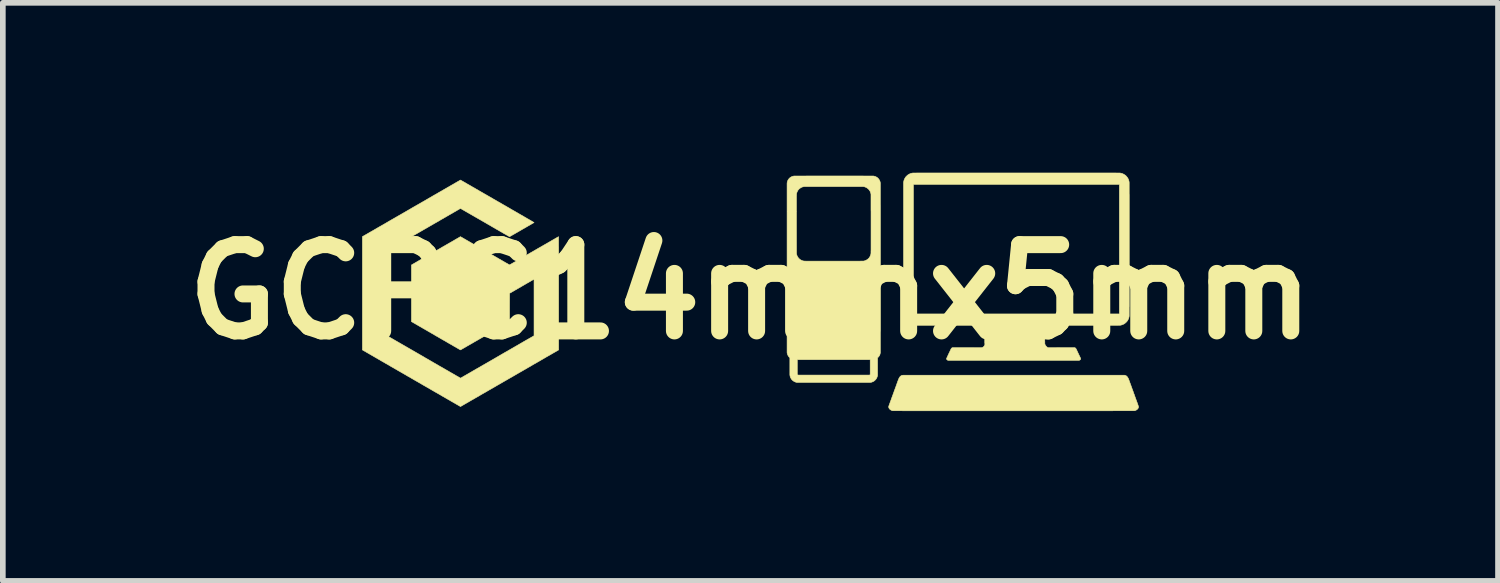
<source format=kicad_pcb>
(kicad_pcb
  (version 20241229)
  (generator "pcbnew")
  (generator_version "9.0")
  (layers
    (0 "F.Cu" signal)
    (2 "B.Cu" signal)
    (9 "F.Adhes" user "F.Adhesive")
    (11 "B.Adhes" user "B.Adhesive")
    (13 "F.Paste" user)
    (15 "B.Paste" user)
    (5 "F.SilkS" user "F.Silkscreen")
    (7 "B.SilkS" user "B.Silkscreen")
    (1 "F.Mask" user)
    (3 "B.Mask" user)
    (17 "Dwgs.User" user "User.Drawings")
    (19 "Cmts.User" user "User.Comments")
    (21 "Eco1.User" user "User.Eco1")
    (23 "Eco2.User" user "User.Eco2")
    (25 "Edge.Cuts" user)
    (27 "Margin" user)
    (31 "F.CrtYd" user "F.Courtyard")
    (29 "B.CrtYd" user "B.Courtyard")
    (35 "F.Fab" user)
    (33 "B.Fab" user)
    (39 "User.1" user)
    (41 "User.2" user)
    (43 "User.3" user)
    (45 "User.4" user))
  (footprint "GCPC14mmx5mm"
    (layer "F.Cu")
    (at 10.204 2.105)
    (property "Reference" "GCPC14mmx5mm" (at 0 0 0) (layer "F.SilkS") (effects (font (size 1.524 1.524) (thickness 0.3))))
    (attr through_hole)
    (fp_poly (pts (xy 3.963 1.472) (xy 4.019 1.472) (xy 4.077 1.472) (xy 4.135 1.472) (xy 4.196 1.472) (xy 4.257 1.472) (xy 4.32 1.472) (xy 4.384 1.472) (xy 4.449 1.472) (xy 4.515 1.472) (xy 4.583 1.472) (xy 4.652 1.472) (xy 4.653 1.472) (xy 6.609 1.472) (xy 6.614 1.474) (xy 6.622 1.476) (xy 6.629 1.479) (xy 6.636 1.482) (xy 6.642 1.487) (xy 6.648 1.492) (xy 6.651 1.495) (xy 6.657 1.502) (xy 6.662 1.51) (xy 6.668 1.519) (xy 6.673 1.529) (xy 6.679 1.541) (xy 6.68 1.546) (xy 6.681 1.547) (xy 6.682 1.55) (xy 6.684 1.554) (xy 6.685 1.559) (xy 6.688 1.565) (xy 6.69 1.572) (xy 6.693 1.579) (xy 6.696 1.588) (xy 6.699 1.597) (xy 6.703 1.607) (xy 6.707 1.618) (xy 6.711 1.629) (xy 6.715 1.64) (xy 6.72 1.653) (xy 6.724 1.665) (xy 6.729 1.679) (xy 6.734 1.692) (xy 6.739 1.706) (xy 6.744 1.72) (xy 6.749 1.734) (xy 6.755 1.749) (xy 6.76 1.763) (xy 6.765 1.778) (xy 6.77 1.793) (xy 6.776 1.807) (xy 6.781 1.822) (xy 6.786 1.836) (xy 6.791 1.85) (xy 6.796 1.864) (xy 6.801 1.878) (xy 6.806 1.892) (xy 6.811 1.905) (xy 6.815 1.917) (xy 6.82 1.929) (xy 6.824 1.941) (xy 6.828 1.952) (xy 6.832 1.962) (xy 6.835 1.972) (xy 6.839 1.981) (xy 6.841 1.989) (xy 6.844 1.997) (xy 6.846 2.003) (xy 6.848 2.009) (xy 6.85 2.014) (xy 6.851 2.017) (xy 6.852 2.02) (xy 6.853 2.021) (xy 6.853 2.022) (xy 6.853 2.026) (xy 6.854 2.031) (xy 6.853 2.036) (xy 6.853 2.04) (xy 6.853 2.041) (xy 6.85 2.048) (xy 6.847 2.055) (xy 6.843 2.062) (xy 6.837 2.068) (xy 6.831 2.075) (xy 6.824 2.08) (xy 6.816 2.086) (xy 6.81 2.089) (xy 6.805 2.091) (xy 6.799 2.094) (xy 6.792 2.096) (xy 6.786 2.098) (xy 6.784 2.098) (xy 6.784 2.098) (xy 6.783 2.099) (xy 6.783 2.099) (xy 6.783 2.099) (xy 6.782 2.099) (xy 6.782 2.099) (xy 6.781 2.099) (xy 6.78 2.099) (xy 6.779 2.099) (xy 6.778 2.099) (xy 6.776 2.099) (xy 6.775 2.099) (xy 6.773 2.099) (xy 6.771 2.099) (xy 6.769 2.099) (xy 6.766 2.099) (xy 6.764 2.099) (xy 6.761 2.099) (xy 6.758 2.099) (xy 6.754 2.099) (xy 6.75 2.099) (xy 6.746 2.099) (xy 6.742 2.099) (xy 6.737 2.099) (xy 6.732 2.099) (xy 6.726 2.099) (xy 6.72 2.099) (xy 6.714 2.099) (xy 6.707 2.099) (xy 6.7 2.099) (xy 6.693 2.099) (xy 6.685 2.099) (xy 6.676 2.099) (xy 6.667 2.099) (xy 6.658 2.099) (xy 6.648 2.099) (xy 6.638 2.099) (xy 6.627 2.099) (xy 6.615 2.099) (xy 6.603 2.099) (xy 6.591 2.099) (xy 6.578 2.099) (xy 6.564 2.099) (xy 6.55 2.099) (xy 6.535 2.099) (xy 6.519 2.099) (xy 6.503 2.099) (xy 6.486 2.099) (xy 6.469 2.099) (xy 6.451 2.099) (xy 6.432 2.099) (xy 6.413 2.099) (xy 6.392 2.1) (xy 6.371 2.1) (xy 6.35 2.1) (xy 6.327 2.1) (xy 6.304 2.1) (xy 6.28 2.1) (xy 6.256 2.1) (xy 6.23 2.1) (xy 6.204 2.1) (xy 6.177 2.1) (xy 6.149 2.1) (xy 6.12 2.1) (xy 6.09 2.1) (xy 6.06 2.1) (xy 6.028 2.1) (xy 5.996 2.1) (xy 5.963 2.1) (xy 5.929 2.1) (xy 5.893 2.1) (xy 5.857 2.1) (xy 5.82 2.1) (xy 5.782 2.1) (xy 5.743 2.1) (xy 5.703 2.1) (xy 5.662 2.1) (xy 5.62 2.1) (xy 5.577 2.1) (xy 5.533 2.1) (xy 5.488 2.1) (xy 5.442 2.1) (xy 5.395 2.1) (xy 5.346 2.1) (xy 5.297 2.1) (xy 5.246 2.1) (xy 5.194 2.1) (xy 5.141 2.1) (xy 5.087 2.1) (xy 5.032 2.1) (xy 4.975 2.1) (xy 4.918 2.1) (xy 4.859 2.1) (xy 4.799 2.1) (xy 4.737 2.1) (xy 4.675 2.1) (xy 4.649 2.1) (xy 4.585 2.1) (xy 4.522 2.1) (xy 4.46 2.1) (xy 4.4 2.1) (xy 4.341 2.1) (xy 4.282 2.1) (xy 4.226 2.1) (xy 4.17 2.1) (xy 4.115 2.1) (xy 4.062 2.1) (xy 4.01 2.1) (xy 3.959 2.1) (xy 3.909 2.1) (xy 3.72 2.1) (xy 3.675 2.1) (xy 3.632 2.1) (xy 3.59 2.1) (xy 3.548 2.1) (xy 3.508 2.1) (xy 3.469 2.1) (xy 3.43 2.1) (xy 3.393 2.1) (xy 3.357 2.1) (xy 3.321 2.1) (xy 3.287 2.1) (xy 3.253 2.1) (xy 3.221 2.1) (xy 3.189 2.1) (xy 3.158 2.1) (xy 3.128 2.1) (xy 3.099 2.1) (xy 3.071 2.1) (xy 3.044 2.1) (xy 3.018 2.1) (xy 2.992 2.1) (xy 2.967 2.1) (xy 2.943 2.1) (xy 2.92 2.1) (xy 2.898 2.1) (xy 2.876 2.1) (xy 2.856 2.1) (xy 2.836 2.1) (xy 2.816 2.1) (xy 2.798 2.1) (xy 2.78 2.1) (xy 2.763 2.1) (xy 2.746 2.1) (xy 2.73 2.1) (xy 2.715 2.1) (xy 2.701 2.1) (xy 2.687 2.1) (xy 2.674 2.099) (xy 2.661 2.099) (xy 2.649 2.099) (xy 2.638 2.099) (xy 2.627 2.099) (xy 2.617 2.099) (xy 2.607 2.099) (xy 2.598 2.099) (xy 2.59 2.099) (xy 2.582 2.099) (xy 2.574 2.099) (xy 2.567 2.099) (xy 2.561 2.099) (xy 2.555 2.099) (xy 2.549 2.099) (xy 2.544 2.099) (xy 2.54 2.099) (xy 2.536 2.099) (xy 2.532 2.099) (xy 2.528 2.099) (xy 2.526 2.099) (xy 2.523 2.099) (xy 2.521 2.099) (xy 2.519 2.099) (xy 2.517 2.099) (xy 2.516 2.099) (xy 2.516 2.099) (xy 2.515 2.099) (xy 2.515 2.099) (xy 2.505 2.097) (xy 2.496 2.094) (xy 2.487 2.09) (xy 2.478 2.085) (xy 2.47 2.08) (xy 2.463 2.074) (xy 2.457 2.067) (xy 2.451 2.06) (xy 2.447 2.053) (xy 2.444 2.045) (xy 2.443 2.043) (xy 2.442 2.04) (xy 2.442 2.036) (xy 2.442 2.031) (xy 2.442 2.027) (xy 2.442 2.023) (xy 2.443 2.02) (xy 2.443 2.019) (xy 2.443 2.018) (xy 2.444 2.016) (xy 2.445 2.013) (xy 2.447 2.009) (xy 2.448 2.004) (xy 2.451 1.998) (xy 2.453 1.991) (xy 2.456 1.983) (xy 2.459 1.974) (xy 2.463 1.965) (xy 2.466 1.955) (xy 2.47 1.944) (xy 2.474 1.932) (xy 2.479 1.921) (xy 2.483 1.908) (xy 2.488 1.895) (xy 2.492 1.882) (xy 2.497 1.869) (xy 2.502 1.855) (xy 2.508 1.84) (xy 2.513 1.826) (xy 2.518 1.812) (xy 2.523 1.797) (xy 2.529 1.782) (xy 2.534 1.768) (xy 2.539 1.753) (xy 2.544 1.739) (xy 2.55 1.724) (xy 2.555 1.71) (xy 2.56 1.696) (xy 2.565 1.683) (xy 2.57 1.67) (xy 2.574 1.657) (xy 2.579 1.644) (xy 2.583 1.633) (xy 2.587 1.621) (xy 2.591 1.61) (xy 2.595 1.6) (xy 2.598 1.591) (xy 2.601 1.582) (xy 2.604 1.574) (xy 2.607 1.567) (xy 2.609 1.561) (xy 2.611 1.556) (xy 2.613 1.552) (xy 2.614 1.549) (xy 2.614 1.547) (xy 2.615 1.546) (xy 2.62 1.534) (xy 2.625 1.523) (xy 2.631 1.514) (xy 2.636 1.505) (xy 2.642 1.498) (xy 2.648 1.491) (xy 2.655 1.486) (xy 2.662 1.481) (xy 2.667 1.478) (xy 2.673 1.476) (xy 2.68 1.474) (xy 2.687 1.473) (xy 2.69 1.473) (xy 2.691 1.473) (xy 2.693 1.472) (xy 2.696 1.472) (xy 2.7 1.472) (xy 2.706 1.472) (xy 2.712 1.472) (xy 2.72 1.472) (xy 2.729 1.472) (xy 2.74 1.472) (xy 2.751 1.472) (xy 2.763 1.472) (xy 2.777 1.472) (xy 2.792 1.472) (xy 2.808 1.472) (xy 2.826 1.472) (xy 2.844 1.472) (xy 2.864 1.472) (xy 2.885 1.472) (xy 2.907 1.472) (xy 2.93 1.472) (xy 2.955 1.472) (xy 2.98 1.472) (xy 3.007 1.472) (xy 3.035 1.472) (xy 3.065 1.472) (xy 3.095 1.472) (xy 3.127 1.472) (xy 3.16 1.472) (xy 3.194 1.472) (xy 3.229 1.472) (xy 3.266 1.472) (xy 3.304 1.472) (xy 3.343 1.472) (xy 3.383 1.472) (xy 3.425 1.472) (xy 3.467 1.472) (xy 3.511 1.472) (xy 3.557 1.472) (xy 3.603 1.472) (xy 3.651 1.472) (xy 3.699 1.472) (xy 3.75 1.472) (xy 3.801 1.472) (xy 3.908 1.472) (xy 3.963 1.472)) (stroke (width 0.01) (type solid)) (fill yes) (layer "F.SilkS"))
    (fp_poly (pts (xy 4.869 -2.1) (xy 4.923 -2.1) (xy 4.977 -2.1) (xy 5.03 -2.1) (xy 5.081 -2.1) (xy 5.131 -2.1) (xy 5.18 -2.1) (xy 5.228 -2.1) (xy 5.274 -2.1) (xy 5.32 -2.1) (xy 5.364 -2.1) (xy 5.408 -2.1) (xy 5.45 -2.1) (xy 5.491 -2.1) (xy 5.531 -2.1) (xy 5.57 -2.1) (xy 5.608 -2.1) (xy 5.645 -2.1) (xy 5.681 -2.1) (xy 5.716 -2.1) (xy 5.751 -2.1) (xy 5.784 -2.1) (xy 5.816 -2.1) (xy 5.847 -2.1) (xy 5.877 -2.1) (xy 5.907 -2.1) (xy 5.935 -2.1) (xy 5.963 -2.1) (xy 5.99 -2.1) (xy 6.016 -2.1) (xy 6.041 -2.1) (xy 6.065 -2.1) (xy 6.089 -2.1) (xy 6.111 -2.1) (xy 6.133 -2.1) (xy 6.154 -2.1) (xy 6.175 -2.1) (xy 6.194 -2.1) (xy 6.213 -2.1) (xy 6.231 -2.1) (xy 6.249 -2.1) (xy 6.265 -2.1) (xy 6.282 -2.1) (xy 6.297 -2.1) (xy 6.312 -2.1) (xy 6.326 -2.1) (xy 6.339 -2.1) (xy 6.352 -2.1) (xy 6.365 -2.1) (xy 6.376 -2.1) (xy 6.388 -2.1) (xy 6.398 -2.1) (xy 6.408 -2.1) (xy 6.418 -2.1) (xy 6.427 -2.1) (xy 6.435 -2.1) (xy 6.444 -2.1) (xy 6.451 -2.1) (xy 6.458 -2.1) (xy 6.465 -2.099) (xy 6.471 -2.099) (xy 6.477 -2.099) (xy 6.482 -2.099) (xy 6.487 -2.099) (xy 6.492 -2.099) (xy 6.496 -2.099) (xy 6.5 -2.099) (xy 6.504 -2.099) (xy 6.507 -2.099) (xy 6.51 -2.099) (xy 6.513 -2.099) (xy 6.515 -2.099) (xy 6.517 -2.099) (xy 6.519 -2.099) (xy 6.521 -2.099) (xy 6.522 -2.099) (xy 6.523 -2.099) (xy 6.524 -2.099) (xy 6.525 -2.099) (xy 6.525 -2.099) (xy 6.526 -2.099) (xy 6.526 -2.099) (xy 6.539 -2.097) (xy 6.551 -2.094) (xy 6.563 -2.091) (xy 6.575 -2.086) (xy 6.586 -2.081) (xy 6.599 -2.074) (xy 6.611 -2.066) (xy 6.623 -2.058) (xy 6.634 -2.048) (xy 6.635 -2.046) (xy 6.646 -2.034) (xy 6.655 -2.022) (xy 6.664 -2.01) (xy 6.671 -1.996) (xy 6.677 -1.982) (xy 6.682 -1.968) (xy 6.686 -1.953) (xy 6.688 -1.938) (xy 6.689 -1.932) (xy 6.689 -1.931) (xy 6.689 -1.929) (xy 6.689 -1.926) (xy 6.689 -1.921) (xy 6.689 -1.916) (xy 6.689 -1.909) (xy 6.689 -1.901) (xy 6.689 -1.892) (xy 6.689 -1.882) (xy 6.689 -1.871) (xy 6.689 -1.858) (xy 6.689 -1.845) (xy 6.689 -1.83) (xy 6.689 -1.814) (xy 6.689 -1.796) (xy 6.689 -1.778) (xy 6.689 -1.758) (xy 6.689 -1.738) (xy 6.69 -1.715) (xy 6.69 -1.692) (xy 6.69 -1.668) (xy 6.69 -1.642) (xy 6.69 -1.615) (xy 6.69 -1.587) (xy 6.69 -1.558) (xy 6.69 -1.528) (xy 6.69 -1.496) (xy 6.69 -1.463) (xy 6.69 -1.429) (xy 6.69 -1.393) (xy 6.69 -1.357) (xy 6.69 -1.319) (xy 6.69 -1.28) (xy 6.69 -1.239) (xy 6.69 -1.198) (xy 6.69 -1.155) (xy 6.69 -1.111) (xy 6.69 -1.066) (xy 6.69 -1.019) (xy 6.69 -0.971) (xy 6.69 -0.922) (xy 6.69 -0.872) (xy 6.69 -0.82) (xy 6.69 -0.754) (xy 6.69 -0.707) (xy 6.69 -0.661) (xy 6.69 -0.617) (xy 6.69 -0.573) (xy 6.69 -0.531) (xy 6.69 -0.49) (xy 6.69 -0.45) (xy 6.69 -0.412) (xy 6.69 -0.374) (xy 6.69 -0.338) (xy 6.69 -0.302) (xy 6.69 -0.268) (xy 6.69 -0.235) (xy 6.69 -0.203) (xy 6.69 -0.172) (xy 6.69 -0.141) (xy 6.69 -0.112) (xy 6.69 -0.084) (xy 6.69 -0.057) (xy 6.69 -0.031) (xy 6.69 -0.006) (xy 6.69 0.018) (xy 6.69 0.042) (xy 6.69 0.064) (xy 6.69 0.086) (xy 6.69 0.107) (xy 6.69 0.127) (xy 6.69 0.146) (xy 6.69 0.164) (xy 6.69 0.182) (xy 6.69 0.198) (xy 6.69 0.214) (xy 6.69 0.23) (xy 6.69 0.244) (xy 6.69 0.258) (xy 6.689 0.271) (xy 6.689 0.283) (xy 6.689 0.295) (xy 6.689 0.306) (xy 6.689 0.317) (xy 6.689 0.327) (xy 6.689 0.336) (xy 6.689 0.345) (xy 6.689 0.353) (xy 6.689 0.361) (xy 6.689 0.368) (xy 6.689 0.374) (xy 6.689 0.38) (xy 6.689 0.386) (xy 6.689 0.391) (xy 6.689 0.396) (xy 6.689 0.4) (xy 6.689 0.404) (xy 6.689 0.408) (xy 6.689 0.411) (xy 6.689 0.414) (xy 6.689 0.416) (xy 6.689 0.418) (xy 6.689 0.42) (xy 6.689 0.422) (xy 6.689 0.423) (xy 6.689 0.424) (xy 6.689 0.424) (xy 6.689 0.425) (xy 6.689 0.425) (xy 6.687 0.44) (xy 6.683 0.455) (xy 6.679 0.469) (xy 6.673 0.483) (xy 6.666 0.496) (xy 6.658 0.509) (xy 6.65 0.521) (xy 6.64 0.532) (xy 6.629 0.542) (xy 6.618 0.552) (xy 6.606 0.561) (xy 6.593 0.569) (xy 6.587 0.571) (xy 6.575 0.577) (xy 6.563 0.581) (xy 6.551 0.585) (xy 6.538 0.588) (xy 6.526 0.59) (xy 6.526 0.59) (xy 6.525 0.59) (xy 6.525 0.59) (xy 6.524 0.59) (xy 6.523 0.59) (xy 6.522 0.59) (xy 6.52 0.59) (xy 6.519 0.59) (xy 6.517 0.59) (xy 6.515 0.59) (xy 6.512 0.59) (xy 6.51 0.59) (xy 6.506 0.59) (xy 6.503 0.59) (xy 6.499 0.59) (xy 6.495 0.59) (xy 6.49 0.59) (xy 6.485 0.59) (xy 6.479 0.591) (xy 6.473 0.591) (xy 6.466 0.591) (xy 6.459 0.591) (xy 6.451 0.591) (xy 6.443 0.591) (xy 6.434 0.591) (xy 6.424 0.591) (xy 6.414 0.591) (xy 6.403 0.591) (xy 6.391 0.591) (xy 6.378 0.591) (xy 6.365 0.591) (xy 6.351 0.591) (xy 6.336 0.591) (xy 6.32 0.591) (xy 6.304 0.591) (xy 6.286 0.591) (xy 6.268 0.591) (xy 6.249 0.591) (xy 6.229 0.591) (xy 6.208 0.591) (xy 6.185 0.591) (xy 6.162 0.591) (xy 6.138 0.591) (xy 6.113 0.591) (xy 6.087 0.591) (xy 6.059 0.591) (xy 6.031 0.591) (xy 6.001 0.591) (xy 5.97 0.591) (xy 5.938 0.591) (xy 5.905 0.591) (xy 5.87 0.591) (xy 5.858 0.591) (xy 5.198 0.591) (xy 5.198 0.753) (xy 5.198 0.77) (xy 5.198 0.785) (xy 5.198 0.8) (xy 5.198 0.814) (xy 5.198 0.826) (xy 5.198 0.837) (xy 5.198 0.848) (xy 5.198 0.857) (xy 5.198 0.866) (xy 5.199 0.873) (xy 5.199 0.88) (xy 5.199 0.886) (xy 5.199 0.892) (xy 5.199 0.896) (xy 5.199 0.901) (xy 5.199 0.904) (xy 5.199 0.907) (xy 5.199 0.91) (xy 5.199 0.912) (xy 5.199 0.914) (xy 5.199 0.915) (xy 5.199 0.916) (xy 5.199 0.917) (xy 5.199 0.918) (xy 5.2 0.918) (xy 5.2 0.918) (xy 5.203 0.929) (xy 5.207 0.939) (xy 5.213 0.948) (xy 5.22 0.957) (xy 5.228 0.966) (xy 5.228 0.966) (xy 5.235 0.972) (xy 5.242 0.977) (xy 5.248 0.981) (xy 5.255 0.984) (xy 5.259 0.985) (xy 5.494 0.986) (xy 5.729 0.986) (xy 5.732 0.987) (xy 5.737 0.99) (xy 5.741 0.993) (xy 5.745 0.996) (xy 5.748 1.001) (xy 5.751 1.006) (xy 5.752 1.007) (xy 5.753 1.01) (xy 5.755 1.013) (xy 5.757 1.017) (xy 5.759 1.022) (xy 5.762 1.027) (xy 5.765 1.034) (xy 5.768 1.041) (xy 5.772 1.048) (xy 5.775 1.056) (xy 5.779 1.064) (xy 5.783 1.073) (xy 5.787 1.081) (xy 5.791 1.09) (xy 5.795 1.098) (xy 5.799 1.107) (xy 5.803 1.115) (xy 5.807 1.124) (xy 5.811 1.132) (xy 5.815 1.139) (xy 5.818 1.146) (xy 5.821 1.153) (xy 5.824 1.158) (xy 5.826 1.164) (xy 5.828 1.168) (xy 5.83 1.171) (xy 5.831 1.174) (xy 5.831 1.175) (xy 5.831 1.175) (xy 5.832 1.18) (xy 5.832 1.185) (xy 5.831 1.189) (xy 5.828 1.194) (xy 5.824 1.198) (xy 5.824 1.198) (xy 5.819 1.202) (xy 5.813 1.206) (xy 5.807 1.208) (xy 5.805 1.209) (xy 5.8 1.21) (xy 4.648 1.21) (xy 4.601 1.21) (xy 4.556 1.21) (xy 4.513 1.21) (xy 4.47 1.21) (xy 4.429 1.21) (xy 4.389 1.21) (xy 4.35 1.21) (xy 4.312 1.21) (xy 4.275 1.21) (xy 4.24 1.21) (xy 4.205 1.21) (xy 4.172 1.21) (xy 4.139 1.21) (xy 4.108 1.21) (xy 4.078 1.21) (xy 4.048 1.21) (xy 4.02 1.21) (xy 3.993 1.21) (xy 3.967 1.21) (xy 3.941 1.21) (xy 3.917 1.21) (xy 3.893 1.21) (xy 3.871 1.21) (xy 3.849 1.21) (xy 3.828 1.21) (xy 3.808 1.21) (xy 3.788 1.21) (xy 3.77 1.21) (xy 3.752 1.21) (xy 3.735 1.21) (xy 3.719 1.21) (xy 3.704 1.21) (xy 3.689 1.21) (xy 3.675 1.21) (xy 3.662 1.21) (xy 3.649 1.21) (xy 3.637 1.21) (xy 3.626 1.21) (xy 3.615 1.21) (xy 3.605 1.21) (xy 3.595 1.21) (xy 3.586 1.21) (xy 3.578 1.21) (xy 3.57 1.21) (xy 3.562 1.21) (xy 3.555 1.21) (xy 3.549 1.21) (xy 3.543 1.21) (xy 3.537 1.21) (xy 3.532 1.21) (xy 3.527 1.21) (xy 3.523 1.21) (xy 3.519 1.21) (xy 3.515 1.21) (xy 3.512 1.21) (xy 3.509 1.21) (xy 3.506 1.21) (xy 3.504 1.21) (xy 3.502 1.21) (xy 3.5 1.21) (xy 3.498 1.21) (xy 3.497 1.209) (xy 3.496 1.209) (xy 3.495 1.209) (xy 3.494 1.209) (xy 3.493 1.209) (xy 3.492 1.209) (xy 3.492 1.209) (xy 3.492 1.209) (xy 3.491 1.209) (xy 3.491 1.209) (xy 3.491 1.209) (xy 3.484 1.207) (xy 3.478 1.203) (xy 3.472 1.198) (xy 3.471 1.198) (xy 3.468 1.194) (xy 3.465 1.19) (xy 3.464 1.186) (xy 3.463 1.182) (xy 3.463 1.178) (xy 3.464 1.177) (xy 3.464 1.176) (xy 3.466 1.173) (xy 3.467 1.169) (xy 3.469 1.164) (xy 3.472 1.159) (xy 3.475 1.153) (xy 3.478 1.146) (xy 3.481 1.139) (xy 3.485 1.131) (xy 3.488 1.123) (xy 3.492 1.115) (xy 3.496 1.106) (xy 3.5 1.098) (xy 3.504 1.089) (xy 3.508 1.081) (xy 3.512 1.072) (xy 3.516 1.064) (xy 3.52 1.056) (xy 3.524 1.048) (xy 3.527 1.041) (xy 3.53 1.034) (xy 3.533 1.028) (xy 3.536 1.023) (xy 3.538 1.018) (xy 3.54 1.014) (xy 3.541 1.011) (xy 3.542 1.01) (xy 3.546 1.003) (xy 3.55 0.998) (xy 3.554 0.993) (xy 3.558 0.99) (xy 3.563 0.987) (xy 3.568 0.986) (xy 3.569 0.986) (xy 3.571 0.986) (xy 3.575 0.986) (xy 3.579 0.986) (xy 3.585 0.986) (xy 3.592 0.986) (xy 3.601 0.986) (xy 3.61 0.986) (xy 3.621 0.986) (xy 3.633 0.986) (xy 3.646 0.986) (xy 3.66 0.986) (xy 3.676 0.986) (xy 3.693 0.986) (xy 3.711 0.986) (xy 3.731 0.986) (xy 3.751 0.986) (xy 3.773 0.986) (xy 3.796 0.986) (xy 3.821 0.986) (xy 3.826 0.986) (xy 3.847 0.986) (xy 3.868 0.986) (xy 3.887 0.986) (xy 3.905 0.986) (xy 3.922 0.986) (xy 3.937 0.986) (xy 3.952 0.985) (xy 3.966 0.985) (xy 3.978 0.985) (xy 3.99 0.985) (xy 4.001 0.985) (xy 4.011 0.985) (xy 4.02 0.985) (xy 4.029 0.985) (xy 4.036 0.985) (xy 4.043 0.985) (xy 4.049 0.985) (xy 4.055 0.985) (xy 4.06 0.985) (xy 4.064 0.985) (xy 4.068 0.985) (xy 4.071 0.985) (xy 4.074 0.985) (xy 4.077 0.985) (xy 4.079 0.985) (xy 4.08 0.985) (xy 4.082 0.985) (xy 4.083 0.985) (xy 4.083 0.985) (xy 4.084 0.985) (xy 4.084 0.985) (xy 4.093 0.982) (xy 4.102 0.979) (xy 4.11 0.974) (xy 4.117 0.969) (xy 4.123 0.962) (xy 4.129 0.955) (xy 4.134 0.947) (xy 4.138 0.939) (xy 4.139 0.935) (xy 4.139 0.932) (xy 4.14 0.93) (xy 4.14 0.928) (xy 4.14 0.925) (xy 4.14 0.922) (xy 4.14 0.92) (xy 4.14 0.917) (xy 4.14 0.914) (xy 4.14 0.911) (xy 4.14 0.909) (xy 4.139 0.908) (xy 4.139 0.907) (xy 4.138 0.903) (xy 4.138 0.591) (xy 3.514 0.591) (xy 3.476 0.591) (xy 3.439 0.591) (xy 3.403 0.591) (xy 3.368 0.591) (xy 3.335 0.591) (xy 3.302 0.591) (xy 3.271 0.591) (xy 3.241 0.591) (xy 3.212 0.591) (xy 3.184 0.591) (xy 3.158 0.591) (xy 3.133 0.591) (xy 3.108 0.591) (xy 3.085 0.591) (xy 3.063 0.591) (xy 3.043 0.591) (xy 3.023 0.591) (xy 3.005 0.591) (xy 2.988 0.591) (xy 2.972 0.591) (xy 2.958 0.591) (xy 2.944 0.591) (xy 2.932 0.591) (xy 2.921 0.591) (xy 2.911 0.591) (xy 2.903 0.591) (xy 2.896 0.591) (xy 2.89 0.591) (xy 2.885 0.591) (xy 2.882 0.591) (xy 2.879 0.591) (xy 2.879 0.591) (xy 2.863 0.589) (xy 2.848 0.586) (xy 2.834 0.583) (xy 2.82 0.577) (xy 2.806 0.571) (xy 2.793 0.564) (xy 2.78 0.555) (xy 2.775 0.552) (xy 2.771 0.549) (xy 2.767 0.545) (xy 2.762 0.54) (xy 2.757 0.536) (xy 2.753 0.531) (xy 2.748 0.526) (xy 2.744 0.521) (xy 2.741 0.517) (xy 2.733 0.505) (xy 2.725 0.492) (xy 2.719 0.479) (xy 2.714 0.466) (xy 2.709 0.452) (xy 2.706 0.437) (xy 2.705 0.427) (xy 2.705 0.426) (xy 2.705 0.426) (xy 2.704 0.425) (xy 2.704 0.425) (xy 2.704 0.424) (xy 2.704 0.423) (xy 2.704 0.422) (xy 2.704 0.421) (xy 2.704 0.419) (xy 2.704 0.417) (xy 2.704 0.415) (xy 2.704 0.413) (xy 2.704 0.411) (xy 2.704 0.408) (xy 2.704 0.405) (xy 2.704 0.402) (xy 2.704 0.398) (xy 2.704 0.394) (xy 2.704 0.39) (xy 2.704 0.385) (xy 2.704 0.38) (xy 2.704 0.374) (xy 2.704 0.368) (xy 2.704 0.362) (xy 2.704 0.355) (xy 2.704 0.347) (xy 2.704 0.339) (xy 2.704 0.331) (xy 2.704 0.322) (xy 2.704 0.312) (xy 2.704 0.302) (xy 2.704 0.292) (xy 2.704 0.28) (xy 2.704 0.268) (xy 2.704 0.256) (xy 2.704 0.242) (xy 2.704 0.228) (xy 2.704 0.214) (xy 2.704 0.199) (xy 2.704 0.182) (xy 2.704 0.166) (xy 2.704 0.148) (xy 2.704 0.13) (xy 2.704 0.111) (xy 2.704 0.091) (xy 2.704 0.07) (xy 2.704 0.048) (xy 2.704 0.026) (xy 2.704 0.002) (xy 2.704 -0.022) (xy 2.704 -0.047) (xy 2.704 -0.073) (xy 2.704 -0.1) (xy 2.704 -0.128) (xy 2.704 -0.157) (xy 2.704 -0.187) (xy 2.704 -0.219) (xy 2.704 -0.251) (xy 2.704 -0.284) (xy 2.704 -0.318) (xy 2.704 -0.353) (xy 2.704 -0.39) (xy 2.704 -0.427) (xy 2.704 -0.466) (xy 2.704 -0.506) (xy 2.704 -0.547) (xy 2.704 -0.589) (xy 2.704 -0.632) (xy 2.704 -0.891) (xy 2.704 -0.934) (xy 2.704 -0.976) (xy 2.704 -1.016) (xy 2.704 -1.056) (xy 2.704 -1.094) (xy 2.704 -1.131) (xy 2.704 -1.167) (xy 2.704 -1.202) (xy 2.704 -1.236) (xy 2.704 -1.269) (xy 2.704 -1.301) (xy 2.704 -1.332) (xy 2.704 -1.361) (xy 2.704 -1.39) (xy 2.704 -1.418) (xy 2.704 -1.445) (xy 2.704 -1.47) (xy 2.704 -1.495) (xy 2.704 -1.519) (xy 2.704 -1.542) (xy 2.704 -1.565) (xy 2.704 -1.586) (xy 2.704 -1.606) (xy 2.704 -1.626) (xy 2.704 -1.645) (xy 2.704 -1.663) (xy 2.704 -1.68) (xy 2.704 -1.697) (xy 2.704 -1.713) (xy 2.704 -1.728) (xy 2.704 -1.742) (xy 2.704 -1.756) (xy 2.704 -1.769) (xy 2.704 -1.782) (xy 2.704 -1.793) (xy 2.704 -1.804) (xy 2.704 -1.815) (xy 2.704 -1.825) (xy 2.704 -1.834) (xy 2.704 -1.843) (xy 2.704 -1.851) (xy 2.704 -1.859) (xy 2.704 -1.866) (xy 2.704 -1.873) (xy 2.704 -1.88) (xy 2.704 -1.885) (xy 2.704 -1.891) (xy 2.704 -1.896) (xy 2.704 -1.899) (xy 2.878 -1.899) (xy 2.878 0.39) (xy 6.516 0.39) (xy 6.516 -1.899) (xy 2.878 -1.899) (xy 2.704 -1.899) (xy 2.704 -1.901) (xy 2.704 -1.905) (xy 2.704 -1.909) (xy 2.704 -1.912) (xy 2.704 -1.916) (xy 2.704 -1.918) (xy 2.704 -1.921) (xy 2.704 -1.923) (xy 2.704 -1.925) (xy 2.704 -1.927) (xy 2.704 -1.929) (xy 2.704 -1.93) (xy 2.704 -1.932) (xy 2.704 -1.933) (xy 2.704 -1.934) (xy 2.704 -1.934) (xy 2.705 -1.935) (xy 2.705 -1.935) (xy 2.705 -1.936) (xy 2.705 -1.936) (xy 2.707 -1.949) (xy 2.71 -1.962) (xy 2.713 -1.974) (xy 2.718 -1.985) (xy 2.723 -1.997) (xy 2.724 -1.999) (xy 2.728 -2.007) (xy 2.733 -2.014) (xy 2.737 -2.022) (xy 2.742 -2.028) (xy 2.744 -2.031) (xy 2.747 -2.034) (xy 2.75 -2.037) (xy 2.754 -2.041) (xy 2.758 -2.045) (xy 2.762 -2.049) (xy 2.766 -2.053) (xy 2.769 -2.056) (xy 2.772 -2.059) (xy 2.773 -2.06) (xy 2.785 -2.068) (xy 2.798 -2.076) (xy 2.811 -2.083) (xy 2.825 -2.089) (xy 2.84 -2.094) (xy 2.854 -2.097) (xy 2.867 -2.099) (xy 2.868 -2.099) (xy 2.868 -2.099) (xy 2.869 -2.099) (xy 2.87 -2.099) (xy 2.871 -2.099) (xy 2.873 -2.099) (xy 2.874 -2.099) (xy 2.876 -2.099) (xy 2.878 -2.099) (xy 2.881 -2.099) (xy 2.884 -2.099) (xy 2.887 -2.099) (xy 2.89 -2.099) (xy 2.894 -2.099) (xy 2.898 -2.099) (xy 2.903 -2.099) (xy 2.908 -2.099) (xy 2.913 -2.099) (xy 2.919 -2.099) (xy 2.925 -2.099) (xy 2.931 -2.1) (xy 2.938 -2.1) (xy 2.946 -2.1) (xy 2.954 -2.1) (xy 2.962 -2.1) (xy 2.971 -2.1) (xy 2.981 -2.1) (xy 2.991 -2.1) (xy 3.002 -2.1) (xy 3.013 -2.1) (xy 3.024 -2.1) (xy 3.037 -2.1) (xy 3.05 -2.1) (xy 3.063 -2.1) (xy 3.077 -2.1) (xy 3.092 -2.1) (xy 3.108 -2.1) (xy 3.124 -2.1) (xy 3.14 -2.1) (xy 3.158 -2.1) (xy 3.176 -2.1) (xy 3.195 -2.1) (xy 3.215 -2.1) (xy 3.235 -2.1) (xy 3.256 -2.1) (xy 3.278 -2.1) (xy 3.301 -2.1) (xy 3.324 -2.1) (xy 3.349 -2.1) (xy 3.374 -2.1) (xy 3.4 -2.1) (xy 3.427 -2.1) (xy 3.454 -2.1) (xy 3.483 -2.1) (xy 3.513 -2.1) (xy 3.543 -2.1) (xy 3.574 -2.1) (xy 3.607 -2.1) (xy 3.64 -2.1) (xy 3.674 -2.1) (xy 3.709 -2.1) (xy 3.745 -2.1) (xy 3.782 -2.1) (xy 3.82 -2.1) (xy 3.86 -2.1) (xy 3.9 -2.1) (xy 3.941 -2.1) (xy 3.983 -2.1) (xy 4.027 -2.1) (xy 4.071 -2.1) (xy 4.117 -2.1) (xy 4.164 -2.1) (xy 4.212 -2.1) (xy 4.261 -2.1) (xy 4.311 -2.1) (xy 4.362 -2.1) (xy 4.415 -2.1) (xy 4.524 -2.1) (xy 4.58 -2.1) (xy 4.812 -2.1) (xy 4.869 -2.1)) (stroke (width 0.01) (type solid)) (fill yes) (layer "F.SilkS"))
    (fp_poly (pts (xy -5.12 -1.975) (xy -5.119 -1.974) (xy -5.116 -1.972) (xy -5.112 -1.97) (xy -5.108 -1.967) (xy -5.102 -1.964) (xy -5.095 -1.96) (xy -5.088 -1.956) (xy -5.079 -1.951) (xy -5.07 -1.946) (xy -5.06 -1.94) (xy -5.049 -1.934) (xy -5.037 -1.927) (xy -5.025 -1.92) (xy -5.012 -1.912) (xy -4.998 -1.904) (xy -4.983 -1.896) (xy -4.968 -1.887) (xy -4.952 -1.878) (xy -4.935 -1.868) (xy -4.918 -1.858) (xy -4.901 -1.848) (xy -4.882 -1.838) (xy -4.864 -1.827) (xy -4.845 -1.816) (xy -4.825 -1.805) (xy -4.805 -1.793) (xy -4.785 -1.781) (xy -4.764 -1.769) (xy -4.743 -1.757) (xy -4.722 -1.745) (xy -4.7 -1.732) (xy -4.678 -1.72) (xy -4.656 -1.707) (xy -4.633 -1.694) (xy -4.611 -1.681) (xy -4.588 -1.668) (xy -4.565 -1.655) (xy -4.542 -1.641) (xy -4.519 -1.628) (xy -4.496 -1.615) (xy -4.473 -1.601) (xy -4.45 -1.588) (xy -4.426 -1.575) (xy -4.403 -1.561) (xy -4.38 -1.548) (xy -4.358 -1.535) (xy -4.335 -1.522) (xy -4.312 -1.509) (xy -4.29 -1.496) (xy -4.267 -1.483) (xy -4.245 -1.47) (xy -4.224 -1.457) (xy -4.202 -1.445) (xy -4.181 -1.433) (xy -4.16 -1.421) (xy -4.14 -1.409) (xy -4.12 -1.398) (xy -4.1 -1.386) (xy -4.081 -1.375) (xy -4.062 -1.364) (xy -4.044 -1.354) (xy -4.026 -1.344) (xy -4.009 -1.334) (xy -3.993 -1.324) (xy -3.977 -1.315) (xy -3.961 -1.306) (xy -3.947 -1.297) (xy -3.933 -1.289) (xy -3.919 -1.282) (xy -3.907 -1.274) (xy -3.895 -1.268) (xy -3.884 -1.261) (xy -3.874 -1.255) (xy -3.864 -1.25) (xy -3.856 -1.245) (xy -3.848 -1.24) (xy -3.841 -1.236) (xy -3.836 -1.233) (xy -3.831 -1.23) (xy -3.827 -1.228) (xy -3.824 -1.226) (xy -3.822 -1.225) (xy -3.821 -1.225) (xy -3.821 -1.225) (xy -3.822 -1.225) (xy -3.824 -1.224) (xy -3.826 -1.222) (xy -3.83 -1.22) (xy -3.834 -1.217) (xy -3.84 -1.214) (xy -3.846 -1.211) (xy -3.853 -1.207) (xy -3.861 -1.202) (xy -3.869 -1.197) (xy -3.878 -1.192) (xy -3.888 -1.186) (xy -3.898 -1.18) (xy -3.909 -1.174) (xy -3.92 -1.168) (xy -3.932 -1.161) (xy -3.944 -1.154) (xy -3.956 -1.147) (xy -3.968 -1.14) (xy -3.981 -1.132) (xy -3.994 -1.125) (xy -4.008 -1.117) (xy -4.021 -1.11) (xy -4.034 -1.102) (xy -4.048 -1.094) (xy -4.061 -1.086) (xy -4.074 -1.079) (xy -4.087 -1.071) (xy -4.1 -1.064) (xy -4.113 -1.056) (xy -4.126 -1.049) (xy -4.138 -1.042) (xy -4.15 -1.035) (xy -4.161 -1.029) (xy -4.172 -1.022) (xy -4.183 -1.016) (xy -4.193 -1.011) (xy -4.202 -1.005) (xy -4.211 -1) (xy -4.219 -0.996) (xy -4.227 -0.991) (xy -4.233 -0.987) (xy -4.239 -0.984) (xy -4.244 -0.981) (xy -4.248 -0.979) (xy -4.251 -0.977) (xy -4.254 -0.976) (xy -4.255 -0.975) (xy -4.255 -0.975) (xy -4.256 -0.975) (xy -4.257 -0.976) (xy -4.26 -0.978) (xy -4.264 -0.98) (xy -4.269 -0.983) (xy -4.274 -0.986) (xy -4.281 -0.99) (xy -4.288 -0.994) (xy -4.297 -0.999) (xy -4.306 -1.004) (xy -4.316 -1.01) (xy -4.327 -1.017) (xy -4.339 -1.023) (xy -4.352 -1.03) (xy -4.365 -1.038) (xy -4.379 -1.046) (xy -4.393 -1.055) (xy -4.409 -1.063) (xy -4.424 -1.072) (xy -4.441 -1.082) (xy -4.458 -1.092) (xy -4.476 -1.102) (xy -4.494 -1.112) (xy -4.512 -1.123) (xy -4.531 -1.134) (xy -4.551 -1.145) (xy -4.571 -1.157) (xy -4.591 -1.169) (xy -4.612 -1.181) (xy -4.633 -1.193) (xy -4.654 -1.205) (xy -4.676 -1.218) (xy -4.688 -1.225) (xy -5.121 -1.474) (xy -5.164 -1.45) (xy -5.166 -1.448) (xy -5.17 -1.446) (xy -5.174 -1.444) (xy -5.18 -1.441) (xy -5.186 -1.437) (xy -5.194 -1.432) (xy -5.202 -1.427) (xy -5.212 -1.422) (xy -5.222 -1.416) (xy -5.233 -1.41) (xy -5.245 -1.403) (xy -5.258 -1.395) (xy -5.272 -1.387) (xy -5.286 -1.379) (xy -5.302 -1.37) (xy -5.318 -1.361) (xy -5.334 -1.351) (xy -5.352 -1.341) (xy -5.37 -1.331) (xy -5.388 -1.32) (xy -5.408 -1.309) (xy -5.427 -1.297) (xy -5.448 -1.286) (xy -5.469 -1.274) (xy -5.49 -1.261) (xy -5.512 -1.248) (xy -5.535 -1.235) (xy -5.558 -1.222) (xy -5.581 -1.209) (xy -5.605 -1.195) (xy -5.629 -1.181) (xy -5.653 -1.167) (xy -5.678 -1.153) (xy -5.703 -1.138) (xy -5.728 -1.124) (xy -5.754 -1.109) (xy -5.78 -1.094) (xy -5.806 -1.079) (xy -5.813 -1.075) (xy -6.42 -0.725) (xy -6.42 0.774) (xy -5.77 1.149) (xy -5.744 1.165) (xy -5.717 1.18) (xy -5.691 1.195) (xy -5.665 1.21) (xy -5.64 1.225) (xy -5.615 1.239) (xy -5.59 1.254) (xy -5.565 1.268) (xy -5.541 1.282) (xy -5.518 1.295) (xy -5.495 1.309) (xy -5.472 1.322) (xy -5.45 1.334) (xy -5.428 1.347) (xy -5.407 1.359) (xy -5.387 1.371) (xy -5.367 1.382) (xy -5.348 1.393) (xy -5.329 1.404) (xy -5.311 1.415) (xy -5.294 1.425) (xy -5.277 1.434) (xy -5.261 1.443) (xy -5.246 1.452) (xy -5.231 1.46) (xy -5.218 1.468) (xy -5.205 1.476) (xy -5.193 1.483) (xy -5.182 1.489) (xy -5.171 1.495) (xy -5.162 1.5) (xy -5.153 1.505) (xy -5.146 1.51) (xy -5.139 1.513) (xy -5.134 1.517) (xy -5.129 1.519) (xy -5.125 1.522) (xy -5.123 1.523) (xy -5.121 1.524) (xy -5.121 1.524) (xy -5.12 1.524) (xy -5.118 1.523) (xy -5.116 1.521) (xy -5.112 1.519) (xy -5.107 1.516) (xy -5.101 1.513) (xy -5.094 1.509) (xy -5.085 1.504) (xy -5.076 1.498) (xy -5.066 1.492) (xy -5.054 1.486) (xy -5.041 1.478) (xy -5.028 1.471) (xy -5.013 1.462) (xy -4.997 1.453) (xy -4.98 1.443) (xy -4.962 1.433) (xy -4.942 1.421) (xy -4.922 1.41) (xy -4.901 1.397) (xy -4.878 1.384) (xy -4.855 1.371) (xy -4.83 1.356) (xy -4.804 1.342) (xy -4.777 1.326) (xy -4.749 1.31) (xy -4.72 1.293) (xy -4.69 1.276) (xy -4.659 1.258) (xy -4.626 1.239) (xy -4.593 1.22) (xy -4.558 1.2) (xy -4.522 1.179) (xy -4.486 1.158) (xy -4.448 1.136) (xy -4.409 1.113) (xy -4.369 1.09) (xy -4.328 1.066) (xy -4.285 1.042) (xy -4.242 1.017) (xy -4.197 0.991) (xy -4.152 0.965) (xy -4.105 0.938) (xy -4.057 0.91) (xy -4.009 0.882) (xy -3.959 0.853) (xy -3.944 0.845) (xy -3.822 0.775) (xy -3.822 0.275) (xy -3.822 0.25) (xy -3.822 0.225) (xy -3.822 0.201) (xy -3.822 0.177) (xy -3.822 0.153) (xy -3.822 0.107) (xy -3.822 0.085) (xy -3.822 0.063) (xy -3.822 0.042) (xy -3.822 0.021) (xy -3.822 0.001) (xy -3.822 -0.019) (xy -3.822 -0.037) (xy -3.822 -0.055) (xy -3.822 -0.073) (xy -3.822 -0.089) (xy -3.822 -0.105) (xy -3.822 -0.12) (xy -3.822 -0.134) (xy -3.822 -0.147) (xy -3.822 -0.159) (xy -3.822 -0.17) (xy -3.822 -0.18) (xy -3.822 -0.19) (xy -3.822 -0.198) (xy -3.822 -0.205) (xy -3.822 -0.211) (xy -3.823 -0.216) (xy -3.823 -0.22) (xy -3.823 -0.222) (xy -3.823 -0.224) (xy -3.823 -0.224) (xy -3.823 -0.224) (xy -3.825 -0.223) (xy -3.827 -0.221) (xy -3.831 -0.219) (xy -3.836 -0.216) (xy -3.841 -0.213) (xy -3.848 -0.21) (xy -3.855 -0.205) (xy -3.863 -0.201) (xy -3.872 -0.196) (xy -3.881 -0.19) (xy -3.892 -0.184) (xy -3.902 -0.178) (xy -3.914 -0.171) (xy -3.926 -0.164) (xy -3.939 -0.157) (xy -3.952 -0.15) (xy -3.965 -0.142) (xy -3.979 -0.134) (xy -3.994 -0.125) (xy -4.008 -0.117) (xy -4.023 -0.108) (xy -4.039 -0.099) (xy -4.039 -0.099) (xy -4.254 0.025) (xy -4.255 0.275) (xy -4.255 0.525) (xy -4.688 0.775) (xy -4.716 0.792) (xy -4.743 0.807) (xy -4.768 0.822) (xy -4.793 0.836) (xy -4.817 0.85) (xy -4.839 0.863) (xy -4.861 0.875) (xy -4.882 0.887) (xy -4.901 0.899) (xy -4.92 0.909) (xy -4.938 0.92) (xy -4.955 0.929) (xy -4.971 0.939) (xy -4.986 0.947) (xy -5 0.955) (xy -5.013 0.963) (xy -5.026 0.97) (xy -5.037 0.977) (xy -5.048 0.983) (xy -5.058 0.989) (xy -5.067 0.994) (xy -5.076 0.999) (xy -5.083 1.003) (xy -5.09 1.007) (xy -5.096 1.011) (xy -5.102 1.014) (xy -5.107 1.017) (xy -5.111 1.019) (xy -5.114 1.021) (xy -5.117 1.022) (xy -5.119 1.023) (xy -5.121 1.024) (xy -5.122 1.025) (xy -5.122 1.025) (xy -5.122 1.025) (xy -5.124 1.024) (xy -5.127 1.022) (xy -5.131 1.02) (xy -5.135 1.017) (xy -5.141 1.014) (xy -5.148 1.01) (xy -5.155 1.006) (xy -5.164 1.001) (xy -5.173 0.995) (xy -5.183 0.99) (xy -5.194 0.983) (xy -5.206 0.976) (xy -5.218 0.969) (xy -5.232 0.962) (xy -5.245 0.954) (xy -5.26 0.945) (xy -5.275 0.936) (xy -5.291 0.927) (xy -5.308 0.918) (xy -5.325 0.908) (xy -5.342 0.898) (xy -5.361 0.887) (xy -5.379 0.876) (xy -5.398 0.865) (xy -5.418 0.854) (xy -5.438 0.843) (xy -5.458 0.831) (xy -5.479 0.819) (xy -5.5 0.807) (xy -5.521 0.794) (xy -5.543 0.782) (xy -5.555 0.775) (xy -5.987 0.525) (xy -5.987 0.025) (xy -5.987 -0.475) (xy -5.566 -0.719) (xy -5.544 -0.731) (xy -5.523 -0.743) (xy -5.502 -0.755) (xy -5.481 -0.767) (xy -5.461 -0.779) (xy -5.441 -0.791) (xy -5.421 -0.802) (xy -5.402 -0.813) (xy -5.383 -0.824) (xy -5.364 -0.835) (xy -5.347 -0.845) (xy -5.329 -0.855) (xy -5.312 -0.865) (xy -5.296 -0.874) (xy -5.28 -0.883) (xy -5.265 -0.892) (xy -5.251 -0.9) (xy -5.237 -0.908) (xy -5.224 -0.916) (xy -5.212 -0.923) (xy -5.201 -0.929) (xy -5.19 -0.936) (xy -5.18 -0.941) (xy -5.171 -0.946) (xy -5.163 -0.951) (xy -5.156 -0.955) (xy -5.149 -0.959) (xy -5.144 -0.962) (xy -5.14 -0.965) (xy -5.136 -0.967) (xy -5.134 -0.968) (xy -5.133 -0.969) (xy -5.133 -0.969) (xy -5.121 -0.975) (xy -4.688 -0.725) (xy -4.662 -0.71) (xy -4.637 -0.696) (xy -4.613 -0.682) (xy -4.589 -0.669) (xy -4.567 -0.656) (xy -4.546 -0.644) (xy -4.526 -0.632) (xy -4.507 -0.621) (xy -4.489 -0.611) (xy -4.472 -0.601) (xy -4.455 -0.591) (xy -4.44 -0.582) (xy -4.425 -0.574) (xy -4.411 -0.566) (xy -4.398 -0.558) (xy -4.385 -0.551) (xy -4.374 -0.544) (xy -4.363 -0.538) (xy -4.352 -0.532) (xy -4.343 -0.526) (xy -4.334 -0.521) (xy -4.326 -0.516) (xy -4.318 -0.512) (xy -4.311 -0.508) (xy -4.304 -0.504) (xy -4.298 -0.501) (xy -4.292 -0.498) (xy -4.287 -0.495) (xy -4.283 -0.492) (xy -4.279 -0.49) (xy -4.275 -0.488) (xy -4.272 -0.486) (xy -4.269 -0.484) (xy -4.266 -0.483) (xy -4.264 -0.481) (xy -4.262 -0.48) (xy -4.26 -0.479) (xy -4.258 -0.479) (xy -4.257 -0.478) (xy -4.256 -0.477) (xy -4.255 -0.477) (xy -4.255 -0.477) (xy -4.254 -0.477) (xy -4.254 -0.476) (xy -4.254 -0.476) (xy -4.253 -0.476) (xy -4.253 -0.476) (xy -4.253 -0.476) (xy -4.253 -0.477) (xy -4.251 -0.478) (xy -4.248 -0.479) (xy -4.244 -0.482) (xy -4.24 -0.484) (xy -4.234 -0.488) (xy -4.227 -0.491) (xy -4.22 -0.496) (xy -4.211 -0.501) (xy -4.202 -0.506) (xy -4.192 -0.512) (xy -4.181 -0.518) (xy -4.169 -0.525) (xy -4.156 -0.532) (xy -4.143 -0.54) (xy -4.129 -0.548) (xy -4.115 -0.556) (xy -4.099 -0.565) (xy -4.083 -0.574) (xy -4.067 -0.584) (xy -4.05 -0.594) (xy -4.032 -0.604) (xy -4.014 -0.615) (xy -3.995 -0.625) (xy -3.976 -0.636) (xy -3.957 -0.648) (xy -3.937 -0.659) (xy -3.916 -0.671) (xy -3.896 -0.683) (xy -3.875 -0.695) (xy -3.853 -0.707) (xy -3.832 -0.72) (xy -3.82 -0.726) (xy -3.799 -0.739) (xy -3.777 -0.751) (xy -3.756 -0.764) (xy -3.735 -0.776) (xy -3.715 -0.787) (xy -3.694 -0.799) (xy -3.675 -0.81) (xy -3.655 -0.822) (xy -3.637 -0.832) (xy -3.618 -0.843) (xy -3.6 -0.853) (xy -3.583 -0.863) (xy -3.566 -0.873) (xy -3.55 -0.882) (xy -3.534 -0.891) (xy -3.52 -0.9) (xy -3.505 -0.908) (xy -3.492 -0.916) (xy -3.479 -0.923) (xy -3.467 -0.93) (xy -3.455 -0.937) (xy -3.445 -0.943) (xy -3.435 -0.949) (xy -3.426 -0.954) (xy -3.418 -0.958) (xy -3.411 -0.962) (xy -3.405 -0.966) (xy -3.4 -0.969) (xy -3.395 -0.971) (xy -3.392 -0.973) (xy -3.39 -0.975) (xy -3.389 -0.975) (xy -3.389 -0.975) (xy -3.389 -0.975) (xy -3.389 -0.973) (xy -3.389 -0.97) (xy -3.389 -0.965) (xy -3.389 -0.96) (xy -3.389 -0.953) (xy -3.389 -0.945) (xy -3.389 -0.937) (xy -3.389 -0.927) (xy -3.389 -0.915) (xy -3.389 -0.903) (xy -3.389 -0.89) (xy -3.389 -0.876) (xy -3.389 -0.861) (xy -3.389 -0.845) (xy -3.389 -0.827) (xy -3.389 -0.809) (xy -3.388 -0.79) (xy -3.388 -0.771) (xy -3.388 -0.75) (xy -3.388 -0.728) (xy -3.388 -0.706) (xy -3.388 -0.683) (xy -3.388 -0.659) (xy -3.388 -0.634) (xy -3.388 -0.609) (xy -3.388 -0.583) (xy -3.388 -0.556) (xy -3.388 -0.528) (xy -3.388 -0.5) (xy -3.388 -0.471) (xy -3.388 -0.442) (xy -3.388 -0.412) (xy -3.388 -0.382) (xy -3.388 -0.351) (xy -3.388 -0.319) (xy -3.388 -0.287) (xy -3.388 -0.254) (xy -3.388 -0.221) (xy -3.388 -0.188) (xy -3.388 -0.154) (xy -3.388 -0.12) (xy -3.388 -0.085) (xy -3.388 -0.05) (xy -3.388 -0.015) (xy -3.388 0.025) (xy -3.388 1.025) (xy -3.525 1.104) (xy -3.54 1.113) (xy -3.556 1.122) (xy -3.572 1.131) (xy -3.588 1.14) (xy -3.604 1.149) (xy -3.62 1.159) (xy -3.636 1.168) (xy -3.652 1.177) (xy -3.668 1.187) (xy -3.685 1.196) (xy -3.701 1.206) (xy -3.718 1.216) (xy -3.736 1.226) (xy -3.753 1.236) (xy -3.771 1.246) (xy -3.789 1.257) (xy -3.808 1.267) (xy -3.827 1.278) (xy -3.846 1.289) (xy -3.866 1.301) (xy -3.886 1.313) (xy -3.907 1.325) (xy -3.929 1.337) (xy -3.95 1.35) (xy -3.973 1.363) (xy -3.996 1.376) (xy -4.02 1.39) (xy -4.044 1.404) (xy -4.069 1.418) (xy -4.095 1.433) (xy -4.121 1.448) (xy -4.148 1.464) (xy -4.176 1.48) (xy -4.205 1.497) (xy -4.235 1.514) (xy -4.265 1.531) (xy -4.297 1.55) (xy -4.329 1.568) (xy -4.362 1.587) (xy -4.396 1.607) (xy -4.431 1.627) (xy -4.468 1.648) (xy -4.505 1.67) (xy -4.543 1.692) (xy -4.559 1.701) (xy -4.583 1.715) (xy -4.608 1.729) (xy -4.632 1.743) (xy -4.656 1.757) (xy -4.68 1.771) (xy -4.703 1.784) (xy -4.726 1.797) (xy -4.749 1.81) (xy -4.771 1.823) (xy -4.792 1.836) (xy -4.813 1.848) (xy -4.834 1.86) (xy -4.854 1.871) (xy -4.874 1.883) (xy -4.893 1.894) (xy -4.911 1.904) (xy -4.929 1.914) (xy -4.946 1.924) (xy -4.963 1.934) (xy -4.978 1.943) (xy -4.994 1.952) (xy -5.008 1.96) (xy -5.022 1.968) (xy -5.034 1.975) (xy -5.047 1.982) (xy -5.058 1.989) (xy -5.068 1.995) (xy -5.078 2) (xy -5.086 2.005) (xy -5.094 2.01) (xy -5.101 2.014) (xy -5.107 2.017) (xy -5.112 2.02) (xy -5.116 2.022) (xy -5.118 2.024) (xy -5.12 2.025) (xy -5.121 2.025) (xy -5.121 2.025) (xy -5.122 2.025) (xy -5.123 2.024) (xy -5.126 2.022) (xy -5.129 2.02) (xy -5.134 2.018) (xy -5.139 2.015) (xy -5.146 2.011) (xy -5.153 2.007) (xy -5.16 2.002) (xy -5.169 1.998) (xy -5.178 1.992) (xy -5.187 1.987) (xy -5.198 1.981) (xy -5.208 1.975) (xy -5.219 1.968) (xy -5.231 1.962) (xy -5.243 1.955) (xy -5.255 1.948) (xy -5.262 1.944) (xy -5.269 1.94) (xy -5.277 1.935) (xy -5.287 1.93) (xy -5.297 1.924) (xy -5.308 1.917) (xy -5.32 1.91) (xy -5.334 1.903) (xy -5.348 1.894) (xy -5.363 1.886) (xy -5.378 1.877) (xy -5.395 1.867) (xy -5.412 1.857) (xy -5.43 1.847) (xy -5.448 1.837) (xy -5.467 1.825) (xy -5.487 1.814) (xy -5.507 1.802) (xy -5.528 1.79) (xy -5.549 1.778) (xy -5.571 1.766) (xy -5.593 1.753) (xy -5.616 1.74) (xy -5.639 1.726) (xy -5.662 1.713) (xy -5.685 1.699) (xy -5.709 1.686) (xy -5.733 1.672) (xy -5.758 1.658) (xy -5.782 1.644) (xy -5.806 1.63) (xy -5.831 1.615) (xy -5.856 1.601) (xy -5.88 1.587) (xy -5.905 1.573) (xy -5.915 1.567) (xy -5.94 1.553) (xy -5.965 1.538) (xy -5.991 1.523) (xy -6.016 1.508) (xy -6.042 1.494) (xy -6.068 1.479) (xy -6.093 1.464) (xy -6.119 1.449) (xy -6.145 1.434) (xy -6.17 1.42) (xy -6.195 1.405) (xy -6.221 1.391) (xy -6.245 1.376) (xy -6.27 1.362) (xy -6.294 1.348) (xy -6.318 1.334) (xy -6.342 1.321) (xy -6.365 1.307) (xy -6.387 1.294) (xy -6.409 1.281) (xy -6.431 1.269) (xy -6.452 1.257) (xy -6.472 1.245) (xy -6.492 1.234) (xy -6.511 1.223) (xy -6.529 1.213) (xy -6.546 1.202) (xy -6.563 1.193) (xy -6.578 1.184) (xy -6.593 1.175) (xy -6.607 1.167) (xy -6.62 1.16) (xy -6.632 1.153) (xy -6.64 1.148) (xy -6.853 1.025) (xy -6.853 0.025) (xy -6.853 -0.976) (xy -6.781 -1.017) (xy -6.726 -1.049) (xy -6.671 -1.08) (xy -6.618 -1.111) (xy -6.565 -1.142) (xy -6.514 -1.171) (xy -6.463 -1.2) (xy -6.414 -1.229) (xy -6.366 -1.257) (xy -6.319 -1.284) (xy -6.272 -1.311) (xy -6.227 -1.337) (xy -6.183 -1.362) (xy -6.14 -1.387) (xy -6.098 -1.411) (xy -6.057 -1.435) (xy -6.017 -1.458) (xy -5.978 -1.481) (xy -5.94 -1.503) (xy -5.903 -1.524) (xy -5.866 -1.545) (xy -5.831 -1.565) (xy -5.797 -1.585) (xy -5.763 -1.604) (xy -5.731 -1.623) (xy -5.7 -1.641) (xy -5.669 -1.659) (xy -5.639 -1.676) (xy -5.611 -1.693) (xy -5.583 -1.709) (xy -5.556 -1.724) (xy -5.53 -1.739) (xy -5.505 -1.754) (xy -5.48 -1.768) (xy -5.457 -1.781) (xy -5.434 -1.794) (xy -5.413 -1.807) (xy -5.392 -1.819) (xy -5.372 -1.83) (xy -5.353 -1.842) (xy -5.334 -1.852) (xy -5.317 -1.862) (xy -5.3 -1.872) (xy -5.284 -1.881) (xy -5.269 -1.89) (xy -5.254 -1.898) (xy -5.241 -1.906) (xy -5.228 -1.913) (xy -5.216 -1.92) (xy -5.205 -1.927) (xy -5.194 -1.933) (xy -5.184 -1.939) (xy -5.175 -1.944) (xy -5.167 -1.949) (xy -5.159 -1.953) (xy -5.152 -1.957) (xy -5.146 -1.961) (xy -5.141 -1.964) (xy -5.136 -1.967) (xy -5.132 -1.969) (xy -5.128 -1.971) (xy -5.125 -1.973) (xy -5.123 -1.974) (xy -5.122 -1.975) (xy -5.121 -1.975) (xy -5.121 -1.975) (xy -5.12 -1.975)) (stroke (width 0.01) (type solid)) (fill yes) (layer "F.SilkS"))
    (fp_poly (pts (xy 1.638 -2.047) (xy 1.668 -2.047) (xy 1.697 -2.047) (xy 1.725 -2.047) (xy 1.751 -2.047) (xy 1.777 -2.047) (xy 1.801 -2.047) (xy 1.825 -2.047) (xy 1.847 -2.047) (xy 1.869 -2.047) (xy 1.889 -2.047) (xy 1.909 -2.047) (xy 1.927 -2.047) (xy 1.945 -2.047) (xy 1.962 -2.047) (xy 1.978 -2.047) (xy 1.993 -2.047) (xy 2.008 -2.046) (xy 2.021 -2.046) (xy 2.034 -2.046) (xy 2.046 -2.046) (xy 2.058 -2.046) (xy 2.068 -2.046) (xy 2.078 -2.046) (xy 2.088 -2.046) (xy 2.096 -2.046) (xy 2.105 -2.046) (xy 2.112 -2.046) (xy 2.119 -2.046) (xy 2.125 -2.046) (xy 2.131 -2.046) (xy 2.137 -2.046) (xy 2.142 -2.046) (xy 2.146 -2.046) (xy 2.15 -2.046) (xy 2.154 -2.046) (xy 2.157 -2.046) (xy 2.16 -2.046) (xy 2.163 -2.046) (xy 2.165 -2.046) (xy 2.167 -2.046) (xy 2.168 -2.046) (xy 2.17 -2.046) (xy 2.171 -2.046) (xy 2.172 -2.046) (xy 2.173 -2.046) (xy 2.173 -2.046) (xy 2.174 -2.046) (xy 2.186 -2.043) (xy 2.199 -2.04) (xy 2.211 -2.035) (xy 2.223 -2.029) (xy 2.234 -2.023) (xy 2.244 -2.015) (xy 2.254 -2.006) (xy 2.262 -1.997) (xy 2.27 -1.986) (xy 2.277 -1.975) (xy 2.283 -1.963) (xy 2.288 -1.951) (xy 2.291 -1.938) (xy 2.293 -1.928) (xy 2.293 -1.928) (xy 2.294 -1.927) (xy 2.294 -1.927) (xy 2.294 -1.926) (xy 2.294 -1.926) (xy 2.294 -1.925) (xy 2.294 -1.924) (xy 2.294 -1.923) (xy 2.294 -1.922) (xy 2.294 -1.92) (xy 2.294 -1.919) (xy 2.294 -1.917) (xy 2.294 -1.915) (xy 2.294 -1.913) (xy 2.294 -1.91) (xy 2.294 -1.907) (xy 2.294 -1.904) (xy 2.294 -1.901) (xy 2.294 -1.897) (xy 2.294 -1.893) (xy 2.294 -1.889) (xy 2.294 -1.884) (xy 2.294 -1.879) (xy 2.294 -1.874) (xy 2.294 -1.868) (xy 2.294 -1.861) (xy 2.294 -1.855) (xy 2.294 -1.847) (xy 2.294 -1.84) (xy 2.294 -1.831) (xy 2.294 -1.823) (xy 2.294 -1.813) (xy 2.294 -1.804) (xy 2.294 -1.793) (xy 2.294 -1.783) (xy 2.294 -1.771) (xy 2.294 -1.759) (xy 2.294 -1.747) (xy 2.294 -1.733) (xy 2.294 -1.719) (xy 2.294 -1.705) (xy 2.294 -1.69) (xy 2.294 -1.674) (xy 2.294 -1.657) (xy 2.294 -1.64) (xy 2.294 -1.622) (xy 2.294 -1.603) (xy 2.294 -1.584) (xy 2.294 -1.563) (xy 2.294 -1.542) (xy 2.295 -1.52) (xy 2.295 -1.498) (xy 2.295 -1.474) (xy 2.295 -1.45) (xy 2.295 -1.425) (xy 2.295 -1.398) (xy 2.295 -1.371) (xy 2.295 -1.344) (xy 2.295 -1.315) (xy 2.295 -1.285) (xy 2.295 -1.254) (xy 2.295 -1.222) (xy 2.295 -1.19) (xy 2.295 -1.156) (xy 2.295 -1.121) (xy 2.295 -1.086) (xy 2.295 -1.049) (xy 2.295 -1.011) (xy 2.295 -0.972) (xy 2.295 -0.932) (xy 2.295 -0.891) (xy 2.295 -0.849) (xy 2.295 -0.805) (xy 2.295 -0.761) (xy 2.295 -0.715) (xy 2.295 -0.668) (xy 2.295 -0.62) (xy 2.295 -0.221) (xy 2.295 -0.173) (xy 2.295 -0.127) (xy 2.295 -0.081) (xy 2.295 -0.037) (xy 2.295 0.006) (xy 2.295 0.048) (xy 2.295 0.089) (xy 2.295 0.129) (xy 2.295 0.168) (xy 2.295 0.206) (xy 2.295 0.242) (xy 2.295 0.278) (xy 2.295 0.312) (xy 2.295 0.346) (xy 2.295 0.378) (xy 2.295 0.41) (xy 2.295 0.44) (xy 2.295 0.47) (xy 2.295 0.499) (xy 2.295 0.526) (xy 2.295 0.553) (xy 2.295 0.579) (xy 2.295 0.604) (xy 2.295 0.628) (xy 2.295 0.652) (xy 2.295 0.674) (xy 2.294 0.696) (xy 2.294 0.717) (xy 2.294 0.737) (xy 2.294 0.757) (xy 2.294 0.775) (xy 2.294 0.793) (xy 2.294 0.81) (xy 2.294 0.827) (xy 2.294 0.842) (xy 2.294 0.858) (xy 2.294 0.872) (xy 2.294 0.886) (xy 2.294 0.899) (xy 2.294 0.911) (xy 2.294 0.923) (xy 2.294 0.935) (xy 2.294 0.945) (xy 2.294 0.955) (xy 2.294 0.965) (xy 2.294 0.974) (xy 2.294 0.983) (xy 2.294 0.991) (xy 2.294 0.999) (xy 2.294 1.006) (xy 2.294 1.012) (xy 2.294 1.019) (xy 2.294 1.025) (xy 2.294 1.03) (xy 2.294 1.035) (xy 2.294 1.04) (xy 2.294 1.044) (xy 2.294 1.048) (xy 2.294 1.052) (xy 2.294 1.055) (xy 2.294 1.058) (xy 2.294 1.061) (xy 2.294 1.063) (xy 2.294 1.065) (xy 2.294 1.067) (xy 2.294 1.069) (xy 2.294 1.071) (xy 2.294 1.072) (xy 2.294 1.073) (xy 2.294 1.074) (xy 2.294 1.075) (xy 2.294 1.076) (xy 2.294 1.076) (xy 2.294 1.077) (xy 2.293 1.077) (xy 2.293 1.078) (xy 2.293 1.078) (xy 2.293 1.078) (xy 2.291 1.09) (xy 2.288 1.101) (xy 2.284 1.112) (xy 2.281 1.119) (xy 2.275 1.129) (xy 2.269 1.139) (xy 2.261 1.148) (xy 2.253 1.157) (xy 2.252 1.157) (xy 2.245 1.164) (xy 2.245 1.315) (xy 2.245 1.334) (xy 2.245 1.352) (xy 2.245 1.369) (xy 2.245 1.384) (xy 2.245 1.398) (xy 2.245 1.411) (xy 2.245 1.423) (xy 2.245 1.433) (xy 2.245 1.442) (xy 2.245 1.45) (xy 2.245 1.457) (xy 2.245 1.462) (xy 2.245 1.466) (xy 2.245 1.469) (xy 2.245 1.471) (xy 2.245 1.471) (xy 2.243 1.484) (xy 2.239 1.497) (xy 2.235 1.509) (xy 2.229 1.521) (xy 2.223 1.533) (xy 2.216 1.543) (xy 2.207 1.553) (xy 2.198 1.562) (xy 2.189 1.57) (xy 2.178 1.578) (xy 2.167 1.584) (xy 2.155 1.589) (xy 2.143 1.594) (xy 2.13 1.597) (xy 2.117 1.599) (xy 2.115 1.6) (xy 2.114 1.6) (xy 2.111 1.6) (xy 2.108 1.6) (xy 2.104 1.6) (xy 2.098 1.6) (xy 2.091 1.6) (xy 2.083 1.6) (xy 2.074 1.6) (xy 2.063 1.6) (xy 2.051 1.6) (xy 2.039 1.6) (xy 2.025 1.6) (xy 2.009 1.6) (xy 1.993 1.6) (xy 1.975 1.6) (xy 1.956 1.6) (xy 1.936 1.6) (xy 1.915 1.6) (xy 1.892 1.6) (xy 1.868 1.6) (xy 1.843 1.6) (xy 1.817 1.6) (xy 1.789 1.6) (xy 1.761 1.6) (xy 1.731 1.6) (xy 1.699 1.6) (xy 1.667 1.6) (xy 1.633 1.6) (xy 1.598 1.6) (xy 1.562 1.6) (xy 1.524 1.6) (xy 1.485 1.6) (xy 1.469 1.6) (xy 1.441 1.6) (xy 1.413 1.6) (xy 1.385 1.6) (xy 1.358 1.6) (xy 1.33 1.6) (xy 1.304 1.6) (xy 1.278 1.6) (xy 1.252 1.6) (xy 1.227 1.6) (xy 1.202 1.6) (xy 1.178 1.6) (xy 1.154 1.6) (xy 1.131 1.6) (xy 1.109 1.6) (xy 1.087 1.6) (xy 1.066 1.6) (xy 1.045 1.6) (xy 1.026 1.6) (xy 1.007 1.6) (xy 0.989 1.6) (xy 0.972 1.6) (xy 0.955 1.6) (xy 0.94 1.6) (xy 0.925 1.6) (xy 0.911 1.6) (xy 0.899 1.6) (xy 0.887 1.6) (xy 0.876 1.6) (xy 0.866 1.6) (xy 0.858 1.6) (xy 0.85 1.6) (xy 0.843 1.6) (xy 0.838 1.6) (xy 0.834 1.6) (xy 0.831 1.6) (xy 0.829 1.6) (xy 0.829 1.6) (xy 0.815 1.598) (xy 0.802 1.595) (xy 0.789 1.59) (xy 0.777 1.585) (xy 0.765 1.578) (xy 0.755 1.571) (xy 0.75 1.568) (xy 0.746 1.564) (xy 0.741 1.559) (xy 0.736 1.555) (xy 0.732 1.55) (xy 0.729 1.547) (xy 0.721 1.536) (xy 0.714 1.524) (xy 0.708 1.512) (xy 0.703 1.5) (xy 0.7 1.487) (xy 0.697 1.474) (xy 0.697 1.469) (xy 0.697 1.467) (xy 0.696 1.465) (xy 0.696 1.461) (xy 0.696 1.456) (xy 0.696 1.449) (xy 0.696 1.442) (xy 0.696 1.433) (xy 0.696 1.423) (xy 0.696 1.412) (xy 0.696 1.4) (xy 0.696 1.386) (xy 0.696 1.383) (xy 0.827 1.383) (xy 0.827 1.394) (xy 0.827 1.404) (xy 0.827 1.413) (xy 0.827 1.421) (xy 0.827 1.428) (xy 0.827 1.434) (xy 0.827 1.439) (xy 0.827 1.444) (xy 0.827 1.448) (xy 0.827 1.451) (xy 0.828 1.454) (xy 0.828 1.456) (xy 0.828 1.458) (xy 0.828 1.459) (xy 0.828 1.46) (xy 0.828 1.46) (xy 0.829 1.462) (xy 0.831 1.465) (xy 0.834 1.467) (xy 0.836 1.468) (xy 0.836 1.468) (xy 0.836 1.468) (xy 0.837 1.468) (xy 0.837 1.468) (xy 0.838 1.468) (xy 0.839 1.468) (xy 0.841 1.468) (xy 0.842 1.468) (xy 0.844 1.468) (xy 0.846 1.469) (xy 0.849 1.469) (xy 0.852 1.469) (xy 0.855 1.469) (xy 0.859 1.469) (xy 0.863 1.469) (xy 0.868 1.469) (xy 0.873 1.469) (xy 0.878 1.469) (xy 0.885 1.469) (xy 0.891 1.469) (xy 0.898 1.469) (xy 0.906 1.469) (xy 0.915 1.469) (xy 0.924 1.469) (xy 0.934 1.469) (xy 0.944 1.469) (xy 0.955 1.469) (xy 0.967 1.469) (xy 0.98 1.469) (xy 0.993 1.469) (xy 1.008 1.469) (xy 1.023 1.469) (xy 1.039 1.469) (xy 1.055 1.469) (xy 1.073 1.469) (xy 1.092 1.469) (xy 1.111 1.469) (xy 1.153 1.469) (xy 1.176 1.469) (xy 1.199 1.469) (xy 1.224 1.469) (xy 1.249 1.469) (xy 1.276 1.469) (xy 1.304 1.469) (xy 1.333 1.469) (xy 1.363 1.469) (xy 1.395 1.469) (xy 1.427 1.469) (xy 1.461 1.469) (xy 1.471 1.469) (xy 2.105 1.469) (xy 2.108 1.467) (xy 2.11 1.465) (xy 2.112 1.462) (xy 2.115 1.458) (xy 2.115 1.197) (xy 0.827 1.197) (xy 0.827 1.327) (xy 0.827 1.343) (xy 0.827 1.357) (xy 0.827 1.371) (xy 0.827 1.383) (xy 0.696 1.383) (xy 0.696 1.372) (xy 0.696 1.356) (xy 0.696 1.34) (xy 0.696 1.322) (xy 0.696 1.164) (xy 0.69 1.158) (xy 0.681 1.149) (xy 0.673 1.139) (xy 0.666 1.128) (xy 0.66 1.116) (xy 0.655 1.104) (xy 0.651 1.092) (xy 0.648 1.079) (xy 0.648 1.074) (xy 0.648 1.074) (xy 0.648 1.073) (xy 0.647 1.072) (xy 0.647 1.07) (xy 0.647 1.068) (xy 0.647 1.066) (xy 0.647 1.063) (xy 0.647 1.06) (xy 0.647 1.057) (xy 0.647 1.053) (xy 0.647 1.048) (xy 0.647 1.043) (xy 0.647 1.037) (xy 0.647 1.031) (xy 0.647 1.025) (xy 0.647 1.018) (xy 0.647 1.01) (xy 0.647 1.002) (xy 0.647 0.993) (xy 0.647 0.983) (xy 0.647 0.973) (xy 0.647 0.963) (xy 0.647 0.951) (xy 0.647 0.939) (xy 0.647 0.927) (xy 0.647 0.913) (xy 0.647 0.899) (xy 0.647 0.884) (xy 0.647 0.869) (xy 0.647 0.853) (xy 0.647 0.836) (xy 0.647 0.818) (xy 0.647 0.799) (xy 0.647 0.78) (xy 0.647 0.76) (xy 0.647 0.739) (xy 0.647 0.717) (xy 0.647 0.695) (xy 0.647 0.671) (xy 0.647 0.647) (xy 0.647 0.622) (xy 0.647 0.595) (xy 0.647 0.568) (xy 0.647 0.54) (xy 0.647 0.511) (xy 0.647 0.481) (xy 0.647 0.451) (xy 0.647 0.419) (xy 0.647 0.386) (xy 0.647 0.352) (xy 0.647 0.317) (xy 0.647 0.281) (xy 0.647 0.244) (xy 0.647 0.206) (xy 0.647 0.167) (xy 0.647 0.127) (xy 0.647 0.085) (xy 0.647 0.043) (xy 0.647 -0.001) (xy 0.647 -0.046) (xy 0.647 -0.092) (xy 0.647 -0.139) (xy 0.647 -0.187) (xy 0.647 -0.237) (xy 0.647 -0.287) (xy 0.647 -0.339) (xy 0.647 -0.629) (xy 0.647 -0.677) (xy 0.647 -0.724) (xy 0.647 -0.769) (xy 0.647 -0.814) (xy 0.647 -0.857) (xy 0.647 -0.899) (xy 0.647 -0.94) (xy 0.647 -0.979) (xy 0.647 -1.018) (xy 0.647 -1.056) (xy 0.647 -1.092) (xy 0.647 -1.128) (xy 0.647 -1.162) (xy 0.647 -1.196) (xy 0.647 -1.228) (xy 0.647 -1.26) (xy 0.647 -1.29) (xy 0.647 -1.32) (xy 0.647 -1.349) (xy 0.647 -1.376) (xy 0.647 -1.403) (xy 0.647 -1.429) (xy 0.647 -1.442) (xy 0.812 -1.442) (xy 0.812 -1.417) (xy 0.812 -1.391) (xy 0.812 -1.364) (xy 0.812 -1.335) (xy 0.812 -1.306) (xy 0.812 -1.275) (xy 0.812 -1.243) (xy 0.812 -1.21) (xy 0.812 -1.197) (xy 0.813 -0.679) (xy 0.814 -0.672) (xy 0.817 -0.658) (xy 0.821 -0.645) (xy 0.826 -0.632) (xy 0.833 -0.62) (xy 0.84 -0.609) (xy 0.848 -0.598) (xy 0.858 -0.588) (xy 0.866 -0.58) (xy 0.875 -0.573) (xy 0.884 -0.567) (xy 0.894 -0.561) (xy 0.897 -0.56) (xy 0.909 -0.554) (xy 0.923 -0.549) (xy 0.936 -0.546) (xy 0.949 -0.544) (xy 0.952 -0.544) (xy 0.952 -0.544) (xy 0.955 -0.544) (xy 0.958 -0.544) (xy 0.963 -0.544) (xy 0.968 -0.544) (xy 0.975 -0.543) (xy 0.983 -0.543) (xy 0.992 -0.543) (xy 1.002 -0.543) (xy 1.013 -0.543) (xy 1.025 -0.543) (xy 1.038 -0.543) (xy 1.052 -0.543) (xy 1.067 -0.543) (xy 1.082 -0.543) (xy 1.099 -0.543) (xy 1.116 -0.543) (xy 1.134 -0.543) (xy 1.153 -0.543) (xy 1.172 -0.543) (xy 1.192 -0.543) (xy 1.213 -0.543) (xy 1.234 -0.543) (xy 1.256 -0.543) (xy 1.279 -0.543) (xy 1.302 -0.543) (xy 1.325 -0.543) (xy 1.35 -0.543) (xy 1.374 -0.543) (xy 1.399 -0.543) (xy 1.424 -0.543) (xy 1.45 -0.543) (xy 1.474 -0.543) (xy 1.505 -0.543) (xy 1.534 -0.543) (xy 1.563 -0.543) (xy 1.59 -0.543) (xy 1.616 -0.543) (xy 1.641 -0.543) (xy 1.664 -0.543) (xy 1.687 -0.543) (xy 1.709 -0.543) (xy 1.729 -0.543) (xy 1.749 -0.543) (xy 1.767 -0.543) (xy 1.785 -0.543) (xy 1.801 -0.543) (xy 1.817 -0.543) (xy 1.832 -0.543) (xy 1.846 -0.543) (xy 1.859 -0.543) (xy 1.872 -0.543) (xy 1.883 -0.543) (xy 1.894 -0.543) (xy 1.904 -0.543) (xy 1.914 -0.543) (xy 1.922 -0.543) (xy 1.931 -0.543) (xy 1.938 -0.543) (xy 1.945 -0.544) (xy 1.951 -0.544) (xy 1.957 -0.544) (xy 1.962 -0.544) (xy 1.967 -0.544) (xy 1.971 -0.544) (xy 1.975 -0.544) (xy 1.979 -0.544) (xy 1.982 -0.544) (xy 1.984 -0.544) (xy 1.987 -0.544) (xy 1.989 -0.544) (xy 1.99 -0.544) (xy 1.992 -0.544) (xy 1.993 -0.544) (xy 1.994 -0.544) (xy 1.995 -0.544) (xy 1.996 -0.544) (xy 1.996 -0.544) (xy 1.997 -0.544) (xy 1.997 -0.544) (xy 2.011 -0.547) (xy 2.025 -0.551) (xy 2.038 -0.557) (xy 2.05 -0.563) (xy 2.062 -0.57) (xy 2.073 -0.578) (xy 2.084 -0.588) (xy 2.09 -0.594) (xy 2.097 -0.602) (xy 2.103 -0.611) (xy 2.108 -0.619) (xy 2.113 -0.628) (xy 2.118 -0.64) (xy 2.123 -0.652) (xy 2.126 -0.664) (xy 2.128 -0.677) (xy 2.129 -0.688) (xy 2.129 -0.689) (xy 2.129 -0.691) (xy 2.129 -0.694) (xy 2.129 -0.698) (xy 2.129 -0.703) (xy 2.129 -0.709) (xy 2.129 -0.715) (xy 2.129 -0.723) (xy 2.13 -0.732) (xy 2.13 -0.742) (xy 2.13 -0.753) (xy 2.13 -0.765) (xy 2.13 -0.778) (xy 2.13 -0.792) (xy 2.13 -0.807) (xy 2.13 -0.823) (xy 2.13 -0.841) (xy 2.13 -0.859) (xy 2.13 -0.879) (xy 2.13 -0.899) (xy 2.13 -0.921) (xy 2.13 -0.944) (xy 2.13 -0.968) (xy 2.13 -0.994) (xy 2.13 -1.02) (xy 2.13 -1.048) (xy 2.13 -1.077) (xy 2.13 -1.107) (xy 2.13 -1.139) (xy 2.13 -1.171) (xy 2.13 -1.205) (xy 2.13 -1.209) (xy 2.13 -1.24) (xy 2.13 -1.269) (xy 2.13 -1.298) (xy 2.13 -1.325) (xy 2.13 -1.351) (xy 2.13 -1.375) (xy 2.13 -1.399) (xy 2.13 -1.422) (xy 2.129 -1.443) (xy 2.129 -1.464) (xy 2.129 -1.483) (xy 2.129 -1.502) (xy 2.129 -1.519) (xy 2.129 -1.536) (xy 2.129 -1.551) (xy 2.129 -1.566) (xy 2.129 -1.58) (xy 2.129 -1.593) (xy 2.129 -1.606) (xy 2.129 -1.617) (xy 2.129 -1.628) (xy 2.129 -1.638) (xy 2.129 -1.647) (xy 2.129 -1.656) (xy 2.129 -1.664) (xy 2.129 -1.671) (xy 2.129 -1.678) (xy 2.129 -1.684) (xy 2.129 -1.69) (xy 2.129 -1.695) (xy 2.129 -1.7) (xy 2.129 -1.704) (xy 2.129 -1.708) (xy 2.129 -1.711) (xy 2.129 -1.714) (xy 2.129 -1.716) (xy 2.129 -1.719) (xy 2.129 -1.72) (xy 2.129 -1.722) (xy 2.129 -1.723) (xy 2.129 -1.724) (xy 2.129 -1.725) (xy 2.128 -1.726) (xy 2.128 -1.727) (xy 2.128 -1.727) (xy 2.126 -1.74) (xy 2.122 -1.753) (xy 2.118 -1.765) (xy 2.113 -1.777) (xy 2.108 -1.784) (xy 2.101 -1.796) (xy 2.092 -1.807) (xy 2.082 -1.817) (xy 2.072 -1.826) (xy 2.061 -1.834) (xy 2.049 -1.842) (xy 2.044 -1.844) (xy 2.033 -1.849) (xy 2.022 -1.853) (xy 2.011 -1.857) (xy 1.999 -1.859) (xy 1.998 -1.859) (xy 1.998 -1.859) (xy 1.997 -1.859) (xy 1.997 -1.859) (xy 1.996 -1.859) (xy 1.995 -1.859) (xy 1.994 -1.859) (xy 1.993 -1.859) (xy 1.992 -1.86) (xy 1.99 -1.86) (xy 1.988 -1.86) (xy 1.986 -1.86) (xy 1.983 -1.86) (xy 1.98 -1.86) (xy 1.977 -1.86) (xy 1.973 -1.86) (xy 1.969 -1.86) (xy 1.965 -1.86) (xy 1.96 -1.86) (xy 1.954 -1.86) (xy 1.948 -1.86) (xy 1.941 -1.86) (xy 1.934 -1.86) (xy 1.926 -1.86) (xy 1.918 -1.86) (xy 1.908 -1.86) (xy 1.899 -1.86) (xy 1.888 -1.86) (xy 1.877 -1.86) (xy 1.865 -1.86) (xy 1.852 -1.86) (xy 1.838 -1.86) (xy 1.824 -1.86) (xy 1.808 -1.86) (xy 1.792 -1.86) (xy 1.775 -1.86) (xy 1.757 -1.86) (xy 1.737 -1.86) (xy 1.717 -1.86) (xy 1.696 -1.86) (xy 1.674 -1.86) (xy 1.651 -1.86) (xy 1.626 -1.86) (xy 1.601 -1.86) (xy 1.574 -1.86) (xy 1.546 -1.86) (xy 1.517 -1.86) (xy 1.487 -1.86) (xy 1.474 -1.86) (xy 1.443 -1.86) (xy 1.414 -1.86) (xy 1.385 -1.86) (xy 1.358 -1.86) (xy 1.332 -1.86) (xy 1.307 -1.86) (xy 1.283 -1.86) (xy 1.26 -1.86) (xy 1.238 -1.86) (xy 1.217 -1.86) (xy 1.198 -1.86) (xy 1.179 -1.86) (xy 1.161 -1.86) (xy 1.144 -1.86) (xy 1.128 -1.86) (xy 1.113 -1.86) (xy 1.099 -1.86) (xy 1.086 -1.86) (xy 1.073 -1.86) (xy 1.061 -1.86) (xy 1.05 -1.86) (xy 1.04 -1.86) (xy 1.031 -1.86) (xy 1.022 -1.86) (xy 1.014 -1.86) (xy 1.006 -1.86) (xy 0.999 -1.86) (xy 0.993 -1.86) (xy 0.987 -1.86) (xy 0.982 -1.86) (xy 0.977 -1.86) (xy 0.972 -1.86) (xy 0.969 -1.86) (xy 0.965 -1.86) (xy 0.962 -1.86) (xy 0.959 -1.86) (xy 0.957 -1.86) (xy 0.955 -1.86) (xy 0.953 -1.86) (xy 0.952 -1.86) (xy 0.951 -1.86) (xy 0.95 -1.86) (xy 0.949 -1.86) (xy 0.949 -1.86) (xy 0.935 -1.857) (xy 0.922 -1.854) (xy 0.909 -1.85) (xy 0.897 -1.844) (xy 0.885 -1.837) (xy 0.874 -1.829) (xy 0.863 -1.821) (xy 0.853 -1.811) (xy 0.844 -1.801) (xy 0.837 -1.791) (xy 0.831 -1.78) (xy 0.825 -1.768) (xy 0.82 -1.755) (xy 0.816 -1.743) (xy 0.814 -1.73) (xy 0.813 -1.722) (xy 0.813 -1.722) (xy 0.813 -1.72) (xy 0.813 -1.717) (xy 0.813 -1.714) (xy 0.813 -1.71) (xy 0.813 -1.704) (xy 0.813 -1.698) (xy 0.812 -1.691) (xy 0.812 -1.683) (xy 0.812 -1.674) (xy 0.812 -1.664) (xy 0.812 -1.653) (xy 0.812 -1.642) (xy 0.812 -1.629) (xy 0.812 -1.615) (xy 0.812 -1.6) (xy 0.812 -1.584) (xy 0.812 -1.567) (xy 0.812 -1.549) (xy 0.812 -1.53) (xy 0.812 -1.509) (xy 0.812 -1.488) (xy 0.812 -1.465) (xy 0.812 -1.442) (xy 0.647 -1.442) (xy 0.647 -1.454) (xy 0.647 -1.478) (xy 0.647 -1.502) (xy 0.647 -1.524) (xy 0.647 -1.546) (xy 0.647 -1.567) (xy 0.647 -1.587) (xy 0.647 -1.606) (xy 0.647 -1.625) (xy 0.647 -1.643) (xy 0.647 -1.66) (xy 0.647 -1.676) (xy 0.647 -1.692) (xy 0.647 -1.707) (xy 0.647 -1.722) (xy 0.647 -1.735) (xy 0.647 -1.748) (xy 0.647 -1.761) (xy 0.647 -1.773) (xy 0.647 -1.784) (xy 0.647 -1.795) (xy 0.647 -1.805) (xy 0.647 -1.815) (xy 0.647 -1.824) (xy 0.647 -1.832) (xy 0.647 -1.84) (xy 0.647 -1.848) (xy 0.647 -1.855) (xy 0.647 -1.862) (xy 0.647 -1.868) (xy 0.647 -1.874) (xy 0.647 -1.879) (xy 0.647 -1.884) (xy 0.647 -1.889) (xy 0.647 -1.893) (xy 0.647 -1.897) (xy 0.647 -1.901) (xy 0.647 -1.904) (xy 0.647 -1.907) (xy 0.647 -1.91) (xy 0.647 -1.912) (xy 0.647 -1.914) (xy 0.647 -1.916) (xy 0.648 -1.918) (xy 0.648 -1.92) (xy 0.648 -1.921) (xy 0.648 -1.922) (xy 0.648 -1.923) (xy 0.648 -1.924) (xy 0.648 -1.925) (xy 0.648 -1.925) (xy 0.648 -1.926) (xy 0.648 -1.926) (xy 0.648 -1.926) (xy 0.648 -1.927) (xy 0.651 -1.94) (xy 0.654 -1.953) (xy 0.659 -1.965) (xy 0.665 -1.977) (xy 0.666 -1.978) (xy 0.673 -1.989) (xy 0.681 -1.999) (xy 0.69 -2.009) (xy 0.7 -2.017) (xy 0.711 -2.025) (xy 0.722 -2.031) (xy 0.734 -2.037) (xy 0.746 -2.041) (xy 0.759 -2.044) (xy 0.768 -2.046) (xy 0.769 -2.046) (xy 0.77 -2.046) (xy 0.771 -2.046) (xy 0.772 -2.046) (xy 0.774 -2.046) (xy 0.776 -2.046) (xy 0.778 -2.046) (xy 0.781 -2.046) (xy 0.784 -2.046) (xy 0.788 -2.046) (xy 0.792 -2.046) (xy 0.796 -2.046) (xy 0.802 -2.046) (xy 0.807 -2.046) (xy 0.813 -2.046) (xy 0.82 -2.046) (xy 0.827 -2.046) (xy 0.835 -2.046) (xy 0.844 -2.046) (xy 0.853 -2.046) (xy 0.863 -2.046) (xy 0.873 -2.046) (xy 0.885 -2.046) (xy 0.897 -2.046) (xy 0.91 -2.046) (xy 0.923 -2.046) (xy 0.937 -2.046) (xy 0.953 -2.046) (xy 0.969 -2.046) (xy 0.985 -2.047) (xy 1.003 -2.047) (xy 1.022 -2.047) (xy 1.041 -2.047) (xy 1.062 -2.047) (xy 1.083 -2.047) (xy 1.106 -2.047) (xy 1.129 -2.047) (xy 1.154 -2.047) (xy 1.179 -2.047) (xy 1.206 -2.047) (xy 1.234 -2.047) (xy 1.263 -2.047) (xy 1.293 -2.047) (xy 1.324 -2.047) (xy 1.356 -2.047) (xy 1.39 -2.047) (xy 1.424 -2.047) (xy 1.46 -2.047) (xy 1.47 -2.047) (xy 1.506 -2.047) (xy 1.607 -2.047) (xy 1.638 -2.047)) (stroke (width 0.01) (type solid)) (fill yes) (layer "F.SilkS")))
  (gr_rect
    (start -3 -3)
    (end 23.407 7.21)
    (stroke (width 0.1) (type default))
    (fill no)
    (layer "Edge.Cuts")))
</source>
